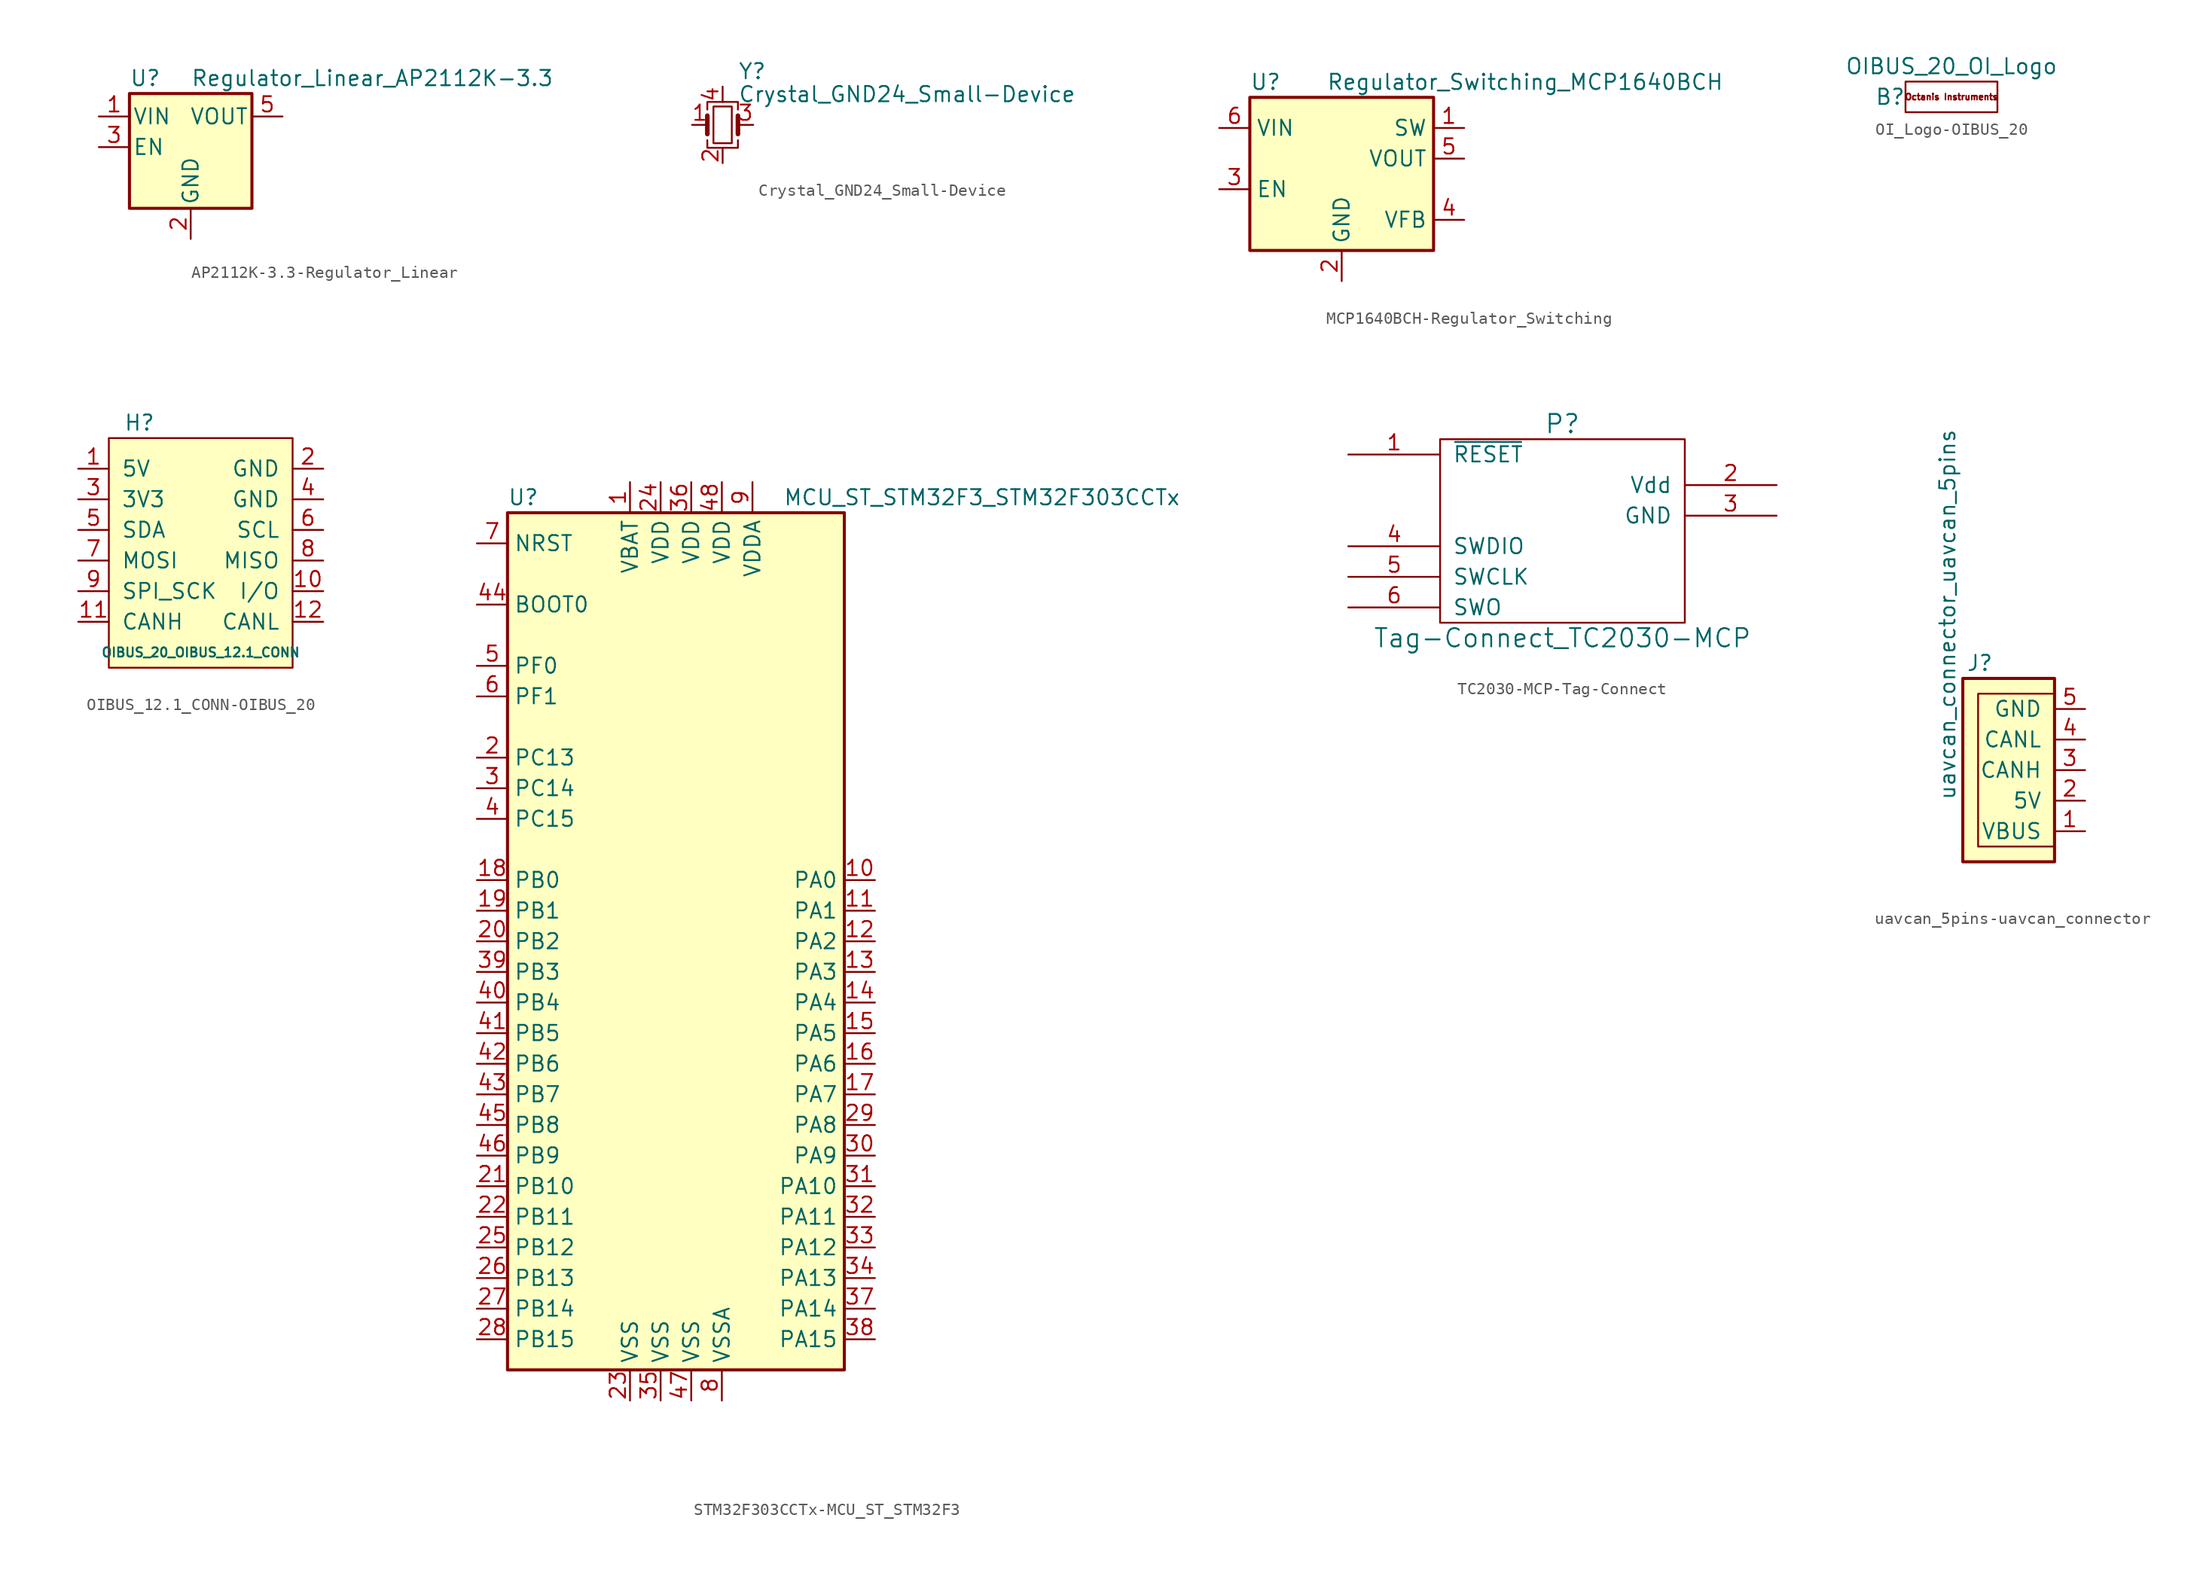
<source format=kicad_sym>
(kicad_symbol_lib
  (version 20231120)
  (generator "kicad_symbol_editor")
  (generator_version "8.0")
  (symbol "AP2112K-3.3-Regulator_Linear"
    (pin_names
      (offset 0.254))
    (property "Reference" "U"
      (at -5.08 5.715 0)
      (effects (font (size 1.27 1.27)) (justify left)))
    (property "Value" "Regulator_Linear_AP2112K-3.3"
      (at 0 5.715 0)
      (effects (font (size 1.27 1.27)) (justify left)))
    (symbol "AP2112K-3.3-Regulator_Linear_0_1"
      (rectangle (start -5.08 4.445) (end 5.08 -5.08) (stroke (width 0.254) (type solid)) (fill (type background))))
    (symbol "AP2112K-3.3-Regulator_Linear_1_1"
      (pin power_in line (at -7.62 2.54 0) (length 2.54) (name "VIN" (effects (font (size 1.27 1.27)))) (number "1" (effects (font (size 1.27 1.27)))))
      (pin power_in line (at 0 -7.62 90) (length 2.54) (name "GND" (effects (font (size 1.27 1.27)))) (number "2" (effects (font (size 1.27 1.27)))))
      (pin input line (at -7.62 0 0) (length 2.54) (name "EN" (effects (font (size 1.27 1.27)))) (number "3" (effects (font (size 1.27 1.27)))))
      (pin no_connect line (at 7.62 0 180) (length 2.54) hide (name "NC" (effects (font (size 1.27 1.27)))) (number "4" (effects (font (size 1.27 1.27)))))
      (pin power_out line (at 7.62 2.54 180) (length 2.54) (name "VOUT" (effects (font (size 1.27 1.27)))) (number "5" (effects (font (size 1.27 1.27)))))))
  (symbol "Crystal_GND24_Small-Device"
    (pin_names
      (offset 1.016) hide)
    (property "Reference" "Y"
      (at 1.27 4.445 0)
      (effects (font (size 1.27 1.27)) (justify left)))
    (property "Value" "Crystal_GND24_Small-Device"
      (at 1.27 2.54 0)
      (effects (font (size 1.27 1.27)) (justify left)))
    (symbol "Crystal_GND24_Small-Device_0_1"
      (rectangle (start -0.762 -1.524) (end 0.762 1.524) (stroke (width 0) (type solid)) (fill (type none)))
      (polyline (pts (xy -1.27 -0.762) (xy -1.27 0.762)) (stroke (width 0.381) (type solid)) (fill (type none)))
      (polyline (pts (xy 1.27 -0.762) (xy 1.27 0.762)) (stroke (width 0.381) (type solid)) (fill (type none)))
      (polyline (pts (xy -1.27 -1.27) (xy -1.27 -1.905) (xy 1.27 -1.905) (xy 1.27 -1.27)) (stroke (width 0) (type solid)) (fill (type none)))
      (polyline (pts (xy -1.27 1.27) (xy -1.27 1.905) (xy 1.27 1.905) (xy 1.27 1.27)) (stroke (width 0) (type solid)) (fill (type none))))
    (symbol "Crystal_GND24_Small-Device_1_1"
      (pin passive line (at -2.54 0 0) (length 1.27) (name "1" (effects (font (size 1.27 1.27)))) (number "1" (effects (font (size 1.27 1.27)))))
      (pin passive line (at 0 -3.175 90) (length 1.27) (name "2" (effects (font (size 1.27 1.27)))) (number "2" (effects (font (size 1.27 1.27)))))
      (pin passive line (at 2.54 0 180) (length 1.27) (name "3" (effects (font (size 1.27 1.27)))) (number "3" (effects (font (size 1.27 1.27)))))
      (pin passive line (at 0 3.175 270) (length 1.27) (name "4" (effects (font (size 1.27 1.27)))) (number "4" (effects (font (size 1.27 1.27)))))))
  (symbol "MCP1640BCH-Regulator_Switching"
    (property "Reference" "U"
      (at -7.62 8.89 0)
      (effects (font (size 1.27 1.27)) (justify left)))
    (property "Value" "Regulator_Switching_MCP1640BCH"
      (at -1.27 8.89 0)
      (effects (font (size 1.27 1.27)) (justify left)))
    (symbol "MCP1640BCH-Regulator_Switching_0_1"
      (rectangle (start -7.62 7.62) (end 7.62 -5.08) (stroke (width 0.254) (type solid)) (fill (type background))))
    (symbol "MCP1640BCH-Regulator_Switching_1_1"
      (pin input line (at 10.16 5.08 180) (length 2.54) (name "SW" (effects (font (size 1.27 1.27)))) (number "1" (effects (font (size 1.27 1.27)))))
      (pin power_in line (at 0 -7.62 90) (length 2.54) (name "GND" (effects (font (size 1.27 1.27)))) (number "2" (effects (font (size 1.27 1.27)))))
      (pin input line (at -10.16 0 0) (length 2.54) (name "EN" (effects (font (size 1.27 1.27)))) (number "3" (effects (font (size 1.27 1.27)))))
      (pin input line (at 10.16 -2.54 180) (length 2.54) (name "VFB" (effects (font (size 1.27 1.27)))) (number "4" (effects (font (size 1.27 1.27)))))
      (pin power_out line (at 10.16 2.54 180) (length 2.54) (name "VOUT" (effects (font (size 1.27 1.27)))) (number "5" (effects (font (size 1.27 1.27)))))
      (pin power_in line (at -10.16 5.08 0) (length 2.54) (name "VIN" (effects (font (size 1.27 1.27)))) (number "6" (effects (font (size 1.27 1.27)))))))
  (symbol "OI_Logo-OIBUS_20"
    (pin_names
      (offset 1.016))
    (property "Reference" "B"
      (at -5.08 0 0)
      (effects (font (size 1.27 1.27))))
    (property "Value" "OIBUS_20_OI_Logo"
      (at 0 2.54 0)
      (effects (font (size 1.27 1.27))))
    (symbol "OI_Logo-OIBUS_20_0_0"
      (text "Octanis Instruments" (at 0 0 0) (effects (font (size 0.508 0.508)))))
    (symbol "OI_Logo-OIBUS_20_0_1"
      (rectangle (start -3.81 1.27) (end 3.81 -1.27) (stroke (width 0) (type solid)) (fill (type none)))))
  (symbol "OIBUS_12.1_CONN-OIBUS_20"
    (pin_names
      (offset 1.016))
    (property "Reference" "H"
      (at -5.08 -3.81 0)
      (effects (font (size 1.27 1.27))))
    (property "Value" "OIBUS_20_OIBUS_12.1_CONN"
      (at 0 -22.86 0)
      (effects (font (size 0.762 0.762))))
    (symbol "OIBUS_12.1_CONN-OIBUS_20_0_1"
      (rectangle (start -7.62 -5.08) (end 7.62 -24.13) (stroke (width 0) (type solid)) (fill (type background))))
    (symbol "OIBUS_12.1_CONN-OIBUS_20_1_1"
      (pin power_in line (at -10.16 -7.62 0) (length 2.54) (name "5V" (effects (font (size 1.27 1.27)))) (number "1" (effects (font (size 1.27 1.27)))))
      (pin bidirectional line (at 10.16 -17.78 180) (length 2.54) (name "I/O" (effects (font (size 1.27 1.27)))) (number "10" (effects (font (size 1.27 1.27)))))
      (pin bidirectional line (at -10.16 -20.32 0) (length 2.54) (name "CANH" (effects (font (size 1.27 1.27)))) (number "11" (effects (font (size 1.27 1.27)))))
      (pin bidirectional line (at 10.16 -20.32 180) (length 2.54) (name "CANL" (effects (font (size 1.27 1.27)))) (number "12" (effects (font (size 1.27 1.27)))))
      (pin power_in line (at 10.16 -7.62 180) (length 2.54) (name "GND" (effects (font (size 1.27 1.27)))) (number "2" (effects (font (size 1.27 1.27)))))
      (pin power_in line (at -10.16 -10.16 0) (length 2.54) (name "3V3" (effects (font (size 1.27 1.27)))) (number "3" (effects (font (size 1.27 1.27)))))
      (pin power_in line (at 10.16 -10.16 180) (length 2.54) (name "GND" (effects (font (size 1.27 1.27)))) (number "4" (effects (font (size 1.27 1.27)))))
      (pin bidirectional line (at -10.16 -12.7 0) (length 2.54) (name "SDA" (effects (font (size 1.27 1.27)))) (number "5" (effects (font (size 1.27 1.27)))))
      (pin bidirectional line (at 10.16 -12.7 180) (length 2.54) (name "SCL" (effects (font (size 1.27 1.27)))) (number "6" (effects (font (size 1.27 1.27)))))
      (pin bidirectional line (at -10.16 -15.24 0) (length 2.54) (name "MOSI" (effects (font (size 1.27 1.27)))) (number "7" (effects (font (size 1.27 1.27)))))
      (pin bidirectional line (at 10.16 -15.24 180) (length 2.54) (name "MISO" (effects (font (size 1.27 1.27)))) (number "8" (effects (font (size 1.27 1.27)))))
      (pin bidirectional line (at -10.16 -17.78 0) (length 2.54) (name "SPI_SCK" (effects (font (size 1.27 1.27)))) (number "9" (effects (font (size 1.27 1.27)))))))
  (symbol "STM32F303CCTx-MCU_ST_STM32F3"
    (property "Reference" "U"
      (at -15.24 36.83 0)
      (effects (font (size 1.27 1.27)) (justify left)))
    (property "Value" "MCU_ST_STM32F3_STM32F303CCTx"
      (at 7.62 36.83 0)
      (effects (font (size 1.27 1.27)) (justify left)))
    (symbol "STM32F303CCTx-MCU_ST_STM32F3_0_1"
      (rectangle (start -15.24 -35.56) (end 12.7 35.56) (stroke (width 0.254) (type solid)) (fill (type background))))
    (symbol "STM32F303CCTx-MCU_ST_STM32F3_1_1"
      (pin power_in line (at -5.08 38.1 270) (length 2.54) (name "VBAT" (effects (font (size 1.27 1.27)))) (number "1" (effects (font (size 1.27 1.27)))))
      (pin bidirectional line (at 15.24 5.08 180) (length 2.54) (name "PA0" (effects (font (size 1.27 1.27)))) (number "10" (effects (font (size 1.27 1.27)))))
      (pin bidirectional line (at 15.24 2.54 180) (length 2.54) (name "PA1" (effects (font (size 1.27 1.27)))) (number "11" (effects (font (size 1.27 1.27)))))
      (pin bidirectional line (at 15.24 0 180) (length 2.54) (name "PA2" (effects (font (size 1.27 1.27)))) (number "12" (effects (font (size 1.27 1.27)))))
      (pin bidirectional line (at 15.24 -2.54 180) (length 2.54) (name "PA3" (effects (font (size 1.27 1.27)))) (number "13" (effects (font (size 1.27 1.27)))))
      (pin bidirectional line (at 15.24 -5.08 180) (length 2.54) (name "PA4" (effects (font (size 1.27 1.27)))) (number "14" (effects (font (size 1.27 1.27)))))
      (pin bidirectional line (at 15.24 -7.62 180) (length 2.54) (name "PA5" (effects (font (size 1.27 1.27)))) (number "15" (effects (font (size 1.27 1.27)))))
      (pin bidirectional line (at 15.24 -10.16 180) (length 2.54) (name "PA6" (effects (font (size 1.27 1.27)))) (number "16" (effects (font (size 1.27 1.27)))))
      (pin bidirectional line (at 15.24 -12.7 180) (length 2.54) (name "PA7" (effects (font (size 1.27 1.27)))) (number "17" (effects (font (size 1.27 1.27)))))
      (pin bidirectional line (at -17.78 5.08 0) (length 2.54) (name "PB0" (effects (font (size 1.27 1.27)))) (number "18" (effects (font (size 1.27 1.27)))))
      (pin bidirectional line (at -17.78 2.54 0) (length 2.54) (name "PB1" (effects (font (size 1.27 1.27)))) (number "19" (effects (font (size 1.27 1.27)))))
      (pin bidirectional line (at -17.78 15.24 0) (length 2.54) (name "PC13" (effects (font (size 1.27 1.27)))) (number "2" (effects (font (size 1.27 1.27)))))
      (pin bidirectional line (at -17.78 0 0) (length 2.54) (name "PB2" (effects (font (size 1.27 1.27)))) (number "20" (effects (font (size 1.27 1.27)))))
      (pin bidirectional line (at -17.78 -20.32 0) (length 2.54) (name "PB10" (effects (font (size 1.27 1.27)))) (number "21" (effects (font (size 1.27 1.27)))))
      (pin bidirectional line (at -17.78 -22.86 0) (length 2.54) (name "PB11" (effects (font (size 1.27 1.27)))) (number "22" (effects (font (size 1.27 1.27)))))
      (pin power_in line (at -5.08 -38.1 90) (length 2.54) (name "VSS" (effects (font (size 1.27 1.27)))) (number "23" (effects (font (size 1.27 1.27)))))
      (pin power_in line (at -2.54 38.1 270) (length 2.54) (name "VDD" (effects (font (size 1.27 1.27)))) (number "24" (effects (font (size 1.27 1.27)))))
      (pin bidirectional line (at -17.78 -25.4 0) (length 2.54) (name "PB12" (effects (font (size 1.27 1.27)))) (number "25" (effects (font (size 1.27 1.27)))))
      (pin bidirectional line (at -17.78 -27.94 0) (length 2.54) (name "PB13" (effects (font (size 1.27 1.27)))) (number "26" (effects (font (size 1.27 1.27)))))
      (pin bidirectional line (at -17.78 -30.48 0) (length 2.54) (name "PB14" (effects (font (size 1.27 1.27)))) (number "27" (effects (font (size 1.27 1.27)))))
      (pin bidirectional line (at -17.78 -33.02 0) (length 2.54) (name "PB15" (effects (font (size 1.27 1.27)))) (number "28" (effects (font (size 1.27 1.27)))))
      (pin bidirectional line (at 15.24 -15.24 180) (length 2.54) (name "PA8" (effects (font (size 1.27 1.27)))) (number "29" (effects (font (size 1.27 1.27)))))
      (pin bidirectional line (at -17.78 12.7 0) (length 2.54) (name "PC14" (effects (font (size 1.27 1.27)))) (number "3" (effects (font (size 1.27 1.27)))))
      (pin bidirectional line (at 15.24 -17.78 180) (length 2.54) (name "PA9" (effects (font (size 1.27 1.27)))) (number "30" (effects (font (size 1.27 1.27)))))
      (pin bidirectional line (at 15.24 -20.32 180) (length 2.54) (name "PA10" (effects (font (size 1.27 1.27)))) (number "31" (effects (font (size 1.27 1.27)))))
      (pin bidirectional line (at 15.24 -22.86 180) (length 2.54) (name "PA11" (effects (font (size 1.27 1.27)))) (number "32" (effects (font (size 1.27 1.27)))))
      (pin bidirectional line (at 15.24 -25.4 180) (length 2.54) (name "PA12" (effects (font (size 1.27 1.27)))) (number "33" (effects (font (size 1.27 1.27)))))
      (pin bidirectional line (at 15.24 -27.94 180) (length 2.54) (name "PA13" (effects (font (size 1.27 1.27)))) (number "34" (effects (font (size 1.27 1.27)))))
      (pin power_in line (at -2.54 -38.1 90) (length 2.54) (name "VSS" (effects (font (size 1.27 1.27)))) (number "35" (effects (font (size 1.27 1.27)))))
      (pin power_in line (at 0 38.1 270) (length 2.54) (name "VDD" (effects (font (size 1.27 1.27)))) (number "36" (effects (font (size 1.27 1.27)))))
      (pin bidirectional line (at 15.24 -30.48 180) (length 2.54) (name "PA14" (effects (font (size 1.27 1.27)))) (number "37" (effects (font (size 1.27 1.27)))))
      (pin bidirectional line (at 15.24 -33.02 180) (length 2.54) (name "PA15" (effects (font (size 1.27 1.27)))) (number "38" (effects (font (size 1.27 1.27)))))
      (pin bidirectional line (at -17.78 -2.54 0) (length 2.54) (name "PB3" (effects (font (size 1.27 1.27)))) (number "39" (effects (font (size 1.27 1.27)))))
      (pin bidirectional line (at -17.78 10.16 0) (length 2.54) (name "PC15" (effects (font (size 1.27 1.27)))) (number "4" (effects (font (size 1.27 1.27)))))
      (pin bidirectional line (at -17.78 -5.08 0) (length 2.54) (name "PB4" (effects (font (size 1.27 1.27)))) (number "40" (effects (font (size 1.27 1.27)))))
      (pin bidirectional line (at -17.78 -7.62 0) (length 2.54) (name "PB5" (effects (font (size 1.27 1.27)))) (number "41" (effects (font (size 1.27 1.27)))))
      (pin bidirectional line (at -17.78 -10.16 0) (length 2.54) (name "PB6" (effects (font (size 1.27 1.27)))) (number "42" (effects (font (size 1.27 1.27)))))
      (pin bidirectional line (at -17.78 -12.7 0) (length 2.54) (name "PB7" (effects (font (size 1.27 1.27)))) (number "43" (effects (font (size 1.27 1.27)))))
      (pin input line (at -17.78 27.94 0) (length 2.54) (name "BOOT0" (effects (font (size 1.27 1.27)))) (number "44" (effects (font (size 1.27 1.27)))))
      (pin bidirectional line (at -17.78 -15.24 0) (length 2.54) (name "PB8" (effects (font (size 1.27 1.27)))) (number "45" (effects (font (size 1.27 1.27)))))
      (pin bidirectional line (at -17.78 -17.78 0) (length 2.54) (name "PB9" (effects (font (size 1.27 1.27)))) (number "46" (effects (font (size 1.27 1.27)))))
      (pin power_in line (at 0 -38.1 90) (length 2.54) (name "VSS" (effects (font (size 1.27 1.27)))) (number "47" (effects (font (size 1.27 1.27)))))
      (pin power_in line (at 2.54 38.1 270) (length 2.54) (name "VDD" (effects (font (size 1.27 1.27)))) (number "48" (effects (font (size 1.27 1.27)))))
      (pin input line (at -17.78 22.86 0) (length 2.54) (name "PF0" (effects (font (size 1.27 1.27)))) (number "5" (effects (font (size 1.27 1.27)))))
      (pin input line (at -17.78 20.32 0) (length 2.54) (name "PF1" (effects (font (size 1.27 1.27)))) (number "6" (effects (font (size 1.27 1.27)))))
      (pin input line (at -17.78 33.02 0) (length 2.54) (name "NRST" (effects (font (size 1.27 1.27)))) (number "7" (effects (font (size 1.27 1.27)))))
      (pin power_in line (at 2.54 -38.1 90) (length 2.54) (name "VSSA" (effects (font (size 1.27 1.27)))) (number "8" (effects (font (size 1.27 1.27)))))
      (pin power_in line (at 5.08 38.1 270) (length 2.54) (name "VDDA" (effects (font (size 1.27 1.27)))) (number "9" (effects (font (size 1.27 1.27)))))))
  (symbol "TC2030-MCP-Tag-Connect"
    (pin_names
      (offset 1.016))
    (property "Reference" "P"
      (at 10.16 2.54 0)
      (effects (font (size 1.524 1.524))))
    (property "Value" "Tag-Connect_TC2030-MCP"
      (at 10.16 -15.24 0)
      (effects (font (size 1.524 1.524))))
    (symbol "TC2030-MCP-Tag-Connect_0_1"
      (rectangle (start 0 1.27) (end 20.32 -13.97) (stroke (width 0) (type solid)) (fill (type none))))
    (symbol "TC2030-MCP-Tag-Connect_1_1"
      (pin input line (at -7.62 0 0) (length 7.62) (name "~{RESET}" (effects (font (size 1.27 1.27)))) (number "1" (effects (font (size 1.27 1.27)))))
      (pin passive line (at 27.94 -2.54 180) (length 7.62) (name "Vdd" (effects (font (size 1.27 1.27)))) (number "2" (effects (font (size 1.27 1.27)))))
      (pin passive line (at 27.94 -5.08 180) (length 7.62) (name "GND" (effects (font (size 1.27 1.27)))) (number "3" (effects (font (size 1.27 1.27)))))
      (pin input line (at -7.62 -7.62 0) (length 7.62) (name "SWDIO" (effects (font (size 1.27 1.27)))) (number "4" (effects (font (size 1.27 1.27)))))
      (pin input line (at -7.62 -10.16 0) (length 7.62) (name "SWCLK" (effects (font (size 1.27 1.27)))) (number "5" (effects (font (size 1.27 1.27)))))
      (pin input line (at -7.62 -12.7 0) (length 7.62) (name "SWO" (effects (font (size 1.27 1.27)))) (number "6" (effects (font (size 1.27 1.27)))))))
  (symbol "uavcan_5pins-uavcan_connector"
    (pin_names
      (offset 1.016))
    (property "Reference" "J"
      (at -1.27 7.62 0)
      (effects (font (size 1.27 1.27)) (justify right)))
    (property "Value" "uavcan_connector_uavcan_5pins"
      (at -5.08 -3.81 90)
      (effects (font (size 1.27 1.27)) (justify left)))
    (symbol "uavcan_5pins-uavcan_connector_0_0"
      (pin passive line (at 6.35 -6.35 180) (length 2.54) (name "VBUS" (effects (font (size 1.27 1.27)))) (number "1" (effects (font (size 1.27 1.27))))))
    (symbol "uavcan_5pins-uavcan_connector_0_1"
      (polyline (pts (xy 3.81 5.08) (xy -2.54 5.08) (xy -2.54 -7.62) (xy 3.81 -7.62)) (stroke (width 0) (type solid)) (fill (type none)))
      (rectangle (start 3.81 6.35) (end -3.81 -8.89) (stroke (width 0.254) (type solid)) (fill (type background))))
    (symbol "uavcan_5pins-uavcan_connector_1_1"
      (pin passive line (at 6.35 -3.81 180) (length 2.54) (name "5V" (effects (font (size 1.27 1.27)))) (number "2" (effects (font (size 1.27 1.27)))))
      (pin passive line (at 6.35 -1.27 180) (length 2.54) (name "CANH" (effects (font (size 1.27 1.27)))) (number "3" (effects (font (size 1.27 1.27)))))
      (pin passive line (at 6.35 1.27 180) (length 2.54) (name "CANL" (effects (font (size 1.27 1.27)))) (number "4" (effects (font (size 1.27 1.27)))))
      (pin passive line (at 6.35 3.81 180) (length 2.54) (name "GND" (effects (font (size 1.27 1.27)))) (number "5" (effects (font (size 1.27 1.27))))))))
</source>
